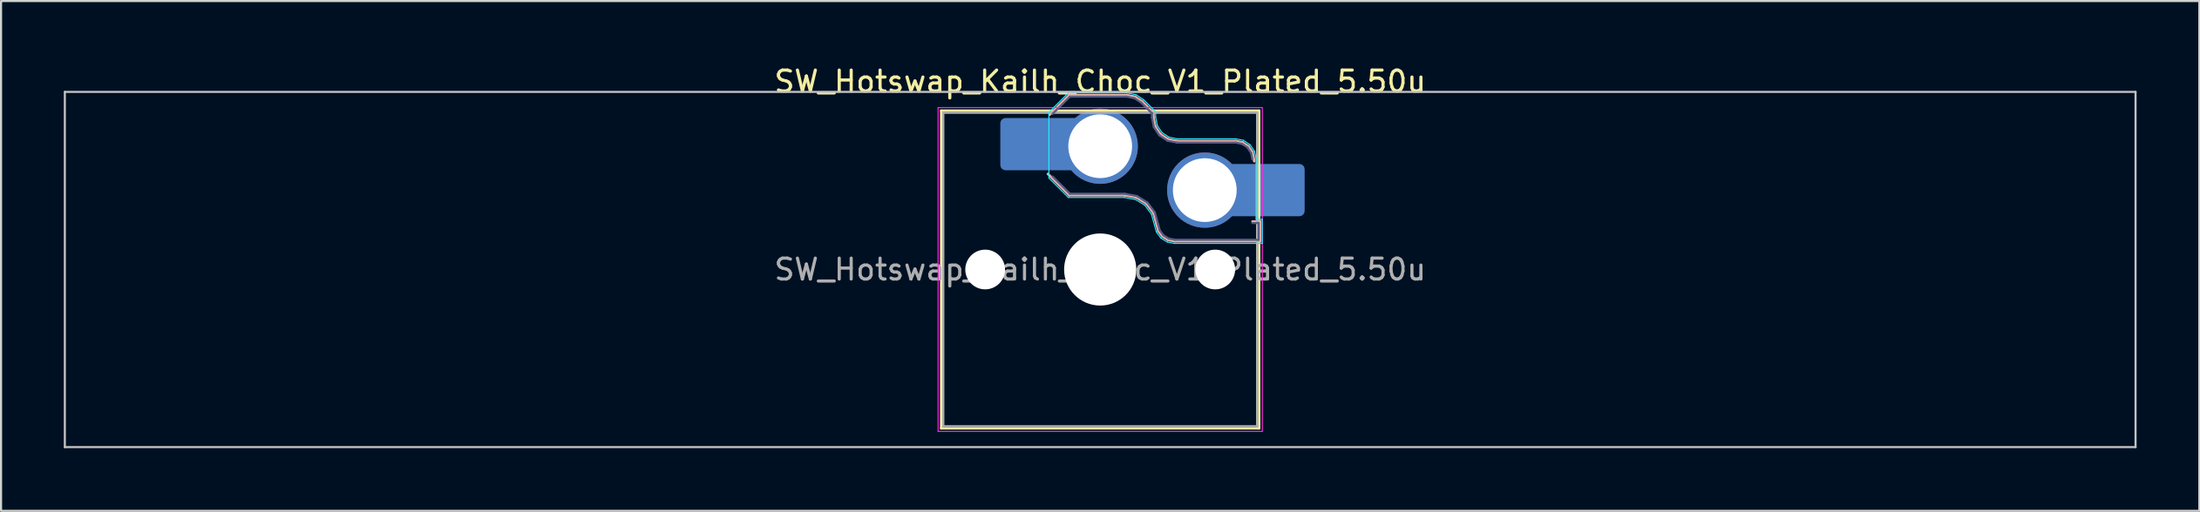
<source format=kicad_pcb>
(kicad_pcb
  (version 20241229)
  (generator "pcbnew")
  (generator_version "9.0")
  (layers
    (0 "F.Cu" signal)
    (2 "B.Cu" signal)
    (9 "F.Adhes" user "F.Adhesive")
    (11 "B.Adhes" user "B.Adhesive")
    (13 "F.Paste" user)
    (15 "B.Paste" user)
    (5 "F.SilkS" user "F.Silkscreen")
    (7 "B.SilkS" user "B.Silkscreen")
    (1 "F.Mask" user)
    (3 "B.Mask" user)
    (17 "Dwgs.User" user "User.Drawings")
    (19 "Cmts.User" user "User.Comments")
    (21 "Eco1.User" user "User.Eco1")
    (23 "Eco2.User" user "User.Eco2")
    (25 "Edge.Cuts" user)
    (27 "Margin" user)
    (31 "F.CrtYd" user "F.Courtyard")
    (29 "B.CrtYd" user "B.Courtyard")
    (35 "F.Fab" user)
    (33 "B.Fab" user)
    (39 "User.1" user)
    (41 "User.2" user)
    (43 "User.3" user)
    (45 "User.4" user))
  (footprint "SW_Hotswap_Kailh_Choc_V1_Plated_5.50u"
    (layer "F.Cu")
    (at 49.55 9.848)
    (property "Reference" "SW_Hotswap_Kailh_Choc_V1_Plated_5.50u" (at 0 -9 0) (layer "F.SilkS") (effects (font (size 1 1) (thickness 0.15))))
    (attr smd)
    (fp_line (start -7.6 -7.6) (end -7.6 7.6) (stroke (width 0.12) (type solid)) (layer "F.SilkS"))
    (fp_line (start -7.6 7.6) (end 7.6 7.6) (stroke (width 0.12) (type solid)) (layer "F.SilkS"))
    (fp_line (start 7.6 -7.6) (end -7.6 -7.6) (stroke (width 0.12) (type solid)) (layer "F.SilkS"))
    (fp_line (start 7.6 7.6) (end 7.6 -7.6) (stroke (width 0.12) (type solid)) (layer "F.SilkS"))
    (fp_line (start -2.416 -7.409) (end -1.479 -8.346) (stroke (width 0.12) (type solid)) (layer "B.SilkS"))
    (fp_line (start -1.479 -8.346) (end 1.268 -8.346) (stroke (width 0.12) (type solid)) (layer "B.SilkS"))
    (fp_line (start -1.479 -3.554) (end -2.5 -4.575) (stroke (width 0.12) (type solid)) (layer "B.SilkS"))
    (fp_line (start 1.168 -3.554) (end -1.479 -3.554) (stroke (width 0.12) (type solid)) (layer "B.SilkS"))
    (fp_line (start 1.268 -8.346) (end 1.671 -8.266) (stroke (width 0.12) (type solid)) (layer "B.SilkS"))
    (fp_line (start 1.671 -8.266) (end 2.013 -8.037) (stroke (width 0.12) (type solid)) (layer "B.SilkS"))
    (fp_line (start 1.73 -3.449) (end 1.168 -3.554) (stroke (width 0.12) (type solid)) (layer "B.SilkS"))
    (fp_line (start 2.013 -8.037) (end 2.546 -7.504) (stroke (width 0.12) (type solid)) (layer "B.SilkS"))
    (fp_line (start 2.209 -3.15) (end 1.73 -3.449) (stroke (width 0.12) (type solid)) (layer "B.SilkS"))
    (fp_line (start 2.546 -7.504) (end 2.546 -7.282) (stroke (width 0.12) (type solid)) (layer "B.SilkS"))
    (fp_line (start 2.546 -7.282) (end 2.633 -6.844) (stroke (width 0.12) (type solid)) (layer "B.SilkS"))
    (fp_line (start 2.547 -2.697) (end 2.209 -3.15) (stroke (width 0.12) (type solid)) (layer "B.SilkS"))
    (fp_line (start 2.633 -6.844) (end 2.877 -6.477) (stroke (width 0.12) (type solid)) (layer "B.SilkS"))
    (fp_line (start 2.701 -2.139) (end 2.547 -2.697) (stroke (width 0.12) (type solid)) (layer "B.SilkS"))
    (fp_line (start 2.783 -1.841) (end 2.701 -2.139) (stroke (width 0.12) (type solid)) (layer "B.SilkS"))
    (fp_line (start 2.877 -6.477) (end 3.244 -6.233) (stroke (width 0.12) (type solid)) (layer "B.SilkS"))
    (fp_line (start 2.976 -1.583) (end 2.783 -1.841) (stroke (width 0.12) (type solid)) (layer "B.SilkS"))
    (fp_line (start 3.244 -6.233) (end 3.682 -6.146) (stroke (width 0.12) (type solid)) (layer "B.SilkS"))
    (fp_line (start 3.25 -1.413) (end 2.976 -1.583) (stroke (width 0.12) (type solid)) (layer "B.SilkS"))
    (fp_line (start 3.56 -1.354) (end 3.25 -1.413) (stroke (width 0.12) (type solid)) (layer "B.SilkS"))
    (fp_line (start 3.682 -6.146) (end 6.482 -6.146) (stroke (width 0.12) (type solid)) (layer "B.SilkS"))
    (fp_line (start 6.482 -6.146) (end 6.809 -6.081) (stroke (width 0.12) (type solid)) (layer "B.SilkS"))
    (fp_line (start 6.809 -6.081) (end 7.092 -5.892) (stroke (width 0.12) (type solid)) (layer "B.SilkS"))
    (fp_line (start 7.092 -5.892) (end 7.281 -5.609) (stroke (width 0.12) (type solid)) (layer "B.SilkS"))
    (fp_line (start 7.281 -5.609) (end 7.366 -5.182) (stroke (width 0.12) (type solid)) (layer "B.SilkS"))
    (fp_line (start 7.283 -2.296) (end 7.646 -2.296) (stroke (width 0.12) (type solid)) (layer "B.SilkS"))
    (fp_line (start 7.646 -2.296) (end 7.646 -1.354) (stroke (width 0.12) (type solid)) (layer "B.SilkS"))
    (fp_line (start 7.646 -1.354) (end 3.56 -1.354) (stroke (width 0.12) (type solid)) (layer "B.SilkS"))
    (fp_line (start -49.5 -8.5) (end -49.5 8.5) (stroke (width 0.1) (type solid)) (layer "Dwgs.User"))
    (fp_line (start -49.5 8.5) (end 49.5 8.5) (stroke (width 0.1) (type solid)) (layer "Dwgs.User"))
    (fp_line (start 49.5 -8.5) (end -49.5 -8.5) (stroke (width 0.1) (type solid)) (layer "Dwgs.User"))
    (fp_line (start 49.5 8.5) (end 49.5 -8.5) (stroke (width 0.1) (type solid)) (layer "Dwgs.User"))
    (fp_line (start -7.25 -7.25) (end -7.25 7.25) (stroke (width 0.1) (type solid)) (layer "Eco1.User"))
    (fp_line (start -7.25 7.25) (end 7.25 7.25) (stroke (width 0.1) (type solid)) (layer "Eco1.User"))
    (fp_line (start 7.25 -7.25) (end -7.25 -7.25) (stroke (width 0.1) (type solid)) (layer "Eco1.User"))
    (fp_line (start 7.25 7.25) (end 7.25 -7.25) (stroke (width 0.1) (type solid)) (layer "Eco1.User"))
    (fp_line (start -2.452 -7.523) (end -1.523 -8.452) (stroke (width 0.05) (type solid)) (layer "B.CrtYd"))
    (fp_line (start -2.452 -4.377) (end -2.452 -7.523) (stroke (width 0.05) (type solid)) (layer "B.CrtYd"))
    (fp_line (start -1.523 -8.452) (end 1.278 -8.452) (stroke (width 0.05) (type solid)) (layer "B.CrtYd"))
    (fp_line (start -1.523 -3.448) (end -2.452 -4.377) (stroke (width 0.05) (type solid)) (layer "B.CrtYd"))
    (fp_line (start 1.159 -3.448) (end -1.523 -3.448) (stroke (width 0.05) (type solid)) (layer "B.CrtYd"))
    (fp_line (start 1.278 -8.452) (end 1.712 -8.366) (stroke (width 0.05) (type solid)) (layer "B.CrtYd"))
    (fp_line (start 1.691 -3.348) (end 1.159 -3.448) (stroke (width 0.05) (type solid)) (layer "B.CrtYd"))
    (fp_line (start 1.712 -8.366) (end 2.081 -8.119) (stroke (width 0.05) (type solid)) (layer "B.CrtYd"))
    (fp_line (start 2.081 -8.119) (end 2.652 -7.548) (stroke (width 0.05) (type solid)) (layer "B.CrtYd"))
    (fp_line (start 2.136 -3.071) (end 1.691 -3.348) (stroke (width 0.05) (type solid)) (layer "B.CrtYd"))
    (fp_line (start 2.45 -2.65) (end 2.136 -3.071) (stroke (width 0.05) (type solid)) (layer "B.CrtYd"))
    (fp_line (start 2.599 -2.111) (end 2.45 -2.65) (stroke (width 0.05) (type solid)) (layer "B.CrtYd"))
    (fp_line (start 2.652 -7.548) (end 2.652 -7.292) (stroke (width 0.05) (type solid)) (layer "B.CrtYd"))
    (fp_line (start 2.652 -7.292) (end 2.733 -6.885) (stroke (width 0.05) (type solid)) (layer "B.CrtYd"))
    (fp_line (start 2.687 -1.794) (end 2.599 -2.111) (stroke (width 0.05) (type solid)) (layer "B.CrtYd"))
    (fp_line (start 2.733 -6.885) (end 2.953 -6.553) (stroke (width 0.05) (type solid)) (layer "B.CrtYd"))
    (fp_line (start 2.903 -1.503) (end 2.687 -1.794) (stroke (width 0.05) (type solid)) (layer "B.CrtYd"))
    (fp_line (start 2.953 -6.553) (end 3.285 -6.333) (stroke (width 0.05) (type solid)) (layer "B.CrtYd"))
    (fp_line (start 3.211 -1.312) (end 2.903 -1.503) (stroke (width 0.05) (type solid)) (layer "B.CrtYd"))
    (fp_line (start 3.285 -6.333) (end 3.692 -6.252) (stroke (width 0.05) (type solid)) (layer "B.CrtYd"))
    (fp_line (start 3.55 -1.248) (end 3.211 -1.312) (stroke (width 0.05) (type solid)) (layer "B.CrtYd"))
    (fp_line (start 3.692 -6.252) (end 6.492 -6.252) (stroke (width 0.05) (type solid)) (layer "B.CrtYd"))
    (fp_line (start 6.492 -6.252) (end 6.85 -6.181) (stroke (width 0.05) (type solid)) (layer "B.CrtYd"))
    (fp_line (start 6.85 -6.181) (end 7.168 -5.968) (stroke (width 0.05) (type solid)) (layer "B.CrtYd"))
    (fp_line (start 7.168 -5.968) (end 7.381 -5.65) (stroke (width 0.05) (type solid)) (layer "B.CrtYd"))
    (fp_line (start 7.381 -5.65) (end 7.452 -5.292) (stroke (width 0.05) (type solid)) (layer "B.CrtYd"))
    (fp_line (start 7.452 -5.292) (end 7.452 -2.402) (stroke (width 0.05) (type solid)) (layer "B.CrtYd"))
    (fp_line (start 7.452 -2.402) (end 7.752 -2.402) (stroke (width 0.05) (type solid)) (layer "B.CrtYd"))
    (fp_line (start 7.752 -2.402) (end 7.752 -1.248) (stroke (width 0.05) (type solid)) (layer "B.CrtYd"))
    (fp_line (start 7.752 -1.248) (end 3.55 -1.248) (stroke (width 0.05) (type solid)) (layer "B.CrtYd"))
    (fp_line (start -7.75 -7.75) (end -7.75 7.75) (stroke (width 0.05) (type solid)) (layer "F.CrtYd"))
    (fp_line (start -7.75 7.75) (end 7.75 7.75) (stroke (width 0.05) (type solid)) (layer "F.CrtYd"))
    (fp_line (start 7.75 -7.75) (end -7.75 -7.75) (stroke (width 0.05) (type solid)) (layer "F.CrtYd"))
    (fp_line (start 7.75 7.75) (end 7.75 -7.75) (stroke (width 0.05) (type solid)) (layer "F.CrtYd"))
    (fp_line (start -2.275 -7.45) (end -1.45 -8.275) (stroke (width 0.1) (type solid)) (layer "B.Fab"))
    (fp_line (start -1.45 -8.275) (end 1.261 -8.275) (stroke (width 0.1) (type solid)) (layer "B.Fab"))
    (fp_line (start -1.45 -3.625) (end -2.275 -4.45) (stroke (width 0.1) (type solid)) (layer "B.Fab"))
    (fp_line (start 1.175 -3.625) (end -1.45 -3.625) (stroke (width 0.1) (type solid)) (layer "B.Fab"))
    (fp_line (start 1.261 -8.275) (end 1.643 -8.199) (stroke (width 0.1) (type solid)) (layer "B.Fab"))
    (fp_line (start 1.643 -8.199) (end 1.968 -7.982) (stroke (width 0.1) (type solid)) (layer "B.Fab"))
    (fp_line (start 1.756 -3.516) (end 1.175 -3.625) (stroke (width 0.1) (type solid)) (layer "B.Fab"))
    (fp_line (start 1.968 -7.982) (end 2.475 -7.475) (stroke (width 0.1) (type solid)) (layer "B.Fab"))
    (fp_line (start 2.258 -3.203) (end 1.756 -3.516) (stroke (width 0.1) (type solid)) (layer "B.Fab"))
    (fp_line (start 2.475 -7.475) (end 2.475 -7.275) (stroke (width 0.1) (type solid)) (layer "B.Fab"))
    (fp_line (start 2.475 -7.275) (end 2.566 -6.816) (stroke (width 0.1) (type solid)) (layer "B.Fab"))
    (fp_line (start 2.566 -6.816) (end 2.826 -6.426) (stroke (width 0.1) (type solid)) (layer "B.Fab"))
    (fp_line (start 2.612 -2.729) (end 2.258 -3.203) (stroke (width 0.1) (type solid)) (layer "B.Fab"))
    (fp_line (start 2.769 -2.158) (end 2.612 -2.729) (stroke (width 0.1) (type solid)) (layer "B.Fab"))
    (fp_line (start 2.826 -6.426) (end 3.216 -6.166) (stroke (width 0.1) (type solid)) (layer "B.Fab"))
    (fp_line (start 2.848 -1.873) (end 2.769 -2.158) (stroke (width 0.1) (type solid)) (layer "B.Fab"))
    (fp_line (start 3.025 -1.636) (end 2.848 -1.873) (stroke (width 0.1) (type solid)) (layer "B.Fab"))
    (fp_line (start 3.216 -6.166) (end 3.675 -6.075) (stroke (width 0.1) (type solid)) (layer "B.Fab"))
    (fp_line (start 3.276 -1.48) (end 3.025 -1.636) (stroke (width 0.1) (type solid)) (layer "B.Fab"))
    (fp_line (start 3.567 -1.425) (end 3.276 -1.48) (stroke (width 0.1) (type solid)) (layer "B.Fab"))
    (fp_line (start 3.675 -6.075) (end 6.475 -6.075) (stroke (width 0.1) (type solid)) (layer "B.Fab"))
    (fp_line (start 6.475 -6.075) (end 6.781 -6.014) (stroke (width 0.1) (type solid)) (layer "B.Fab"))
    (fp_line (start 6.781 -6.014) (end 7.041 -5.841) (stroke (width 0.1) (type solid)) (layer "B.Fab"))
    (fp_line (start 7.041 -5.841) (end 7.214 -5.581) (stroke (width 0.1) (type solid)) (layer "B.Fab"))
    (fp_line (start 7.214 -5.581) (end 7.275 -5.275) (stroke (width 0.1) (type solid)) (layer "B.Fab"))
    (fp_line (start 7.275 -2.225) (end 7.575 -2.225) (stroke (width 0.1) (type solid)) (layer "B.Fab"))
    (fp_line (start 7.575 -2.225) (end 7.575 -1.425) (stroke (width 0.1) (type solid)) (layer "B.Fab"))
    (fp_line (start 7.575 -1.425) (end 3.567 -1.425) (stroke (width 0.1) (type solid)) (layer "B.Fab"))
    (fp_line (start -7.5 -7.5) (end -7.5 7.5) (stroke (width 0.1) (type solid)) (layer "F.Fab"))
    (fp_line (start -7.5 7.5) (end 7.5 7.5) (stroke (width 0.1) (type solid)) (layer "F.Fab"))
    (fp_line (start 7.5 -7.5) (end -7.5 -7.5) (stroke (width 0.1) (type solid)) (layer "F.Fab"))
    (fp_line (start 7.5 7.5) (end 7.5 -7.5) (stroke (width 0.1) (type solid)) (layer "F.Fab"))
    (fp_text user "${REFERENCE}" (at 0 0 0) (layer "F.Fab") (effects (font (size 1 1) (thickness 0.15))))
    (pad "" np_thru_hole circle (at -5.5 0) (size 1.9 1.9) (drill 1.9) (layers "*.Cu" "*.Mask"))
    (pad "" smd roundrect (at -3.5 -6) (size 2.55 2.5) (layers "B.Mask" "B.Paste") (roundrect_rratio 0.1))
    (pad "" np_thru_hole circle (at 0 0) (size 3.45 3.45) (drill 3.45) (layers "*.Cu" "*.Mask"))
    (pad "" np_thru_hole circle (at 5.5 0) (size 1.9 1.9) (drill 1.9) (layers "*.Cu" "*.Mask"))
    (pad "" smd roundrect (at 8.5 -3.8) (size 2.55 2.5) (layers "B.Mask" "B.Paste") (roundrect_rratio 0.1))
    (pad "1" smd roundrect (at -2.85 -6) (size 3.85 2.5) (layers "B.Cu") (roundrect_rratio 0.1))
    (pad "1" thru_hole circle (at 0 -5.9) (size 3.6 3.6) (drill 3.05) (layers "*.Cu" "*.Mask"))
    (pad "2" thru_hole circle (at 5 -3.8) (size 3.6 3.6) (drill 3.05) (layers "*.Cu" "*.Mask"))
    (pad "2" smd roundrect (at 7.85 -3.8) (size 3.85 2.5) (layers "B.Cu") (roundrect_rratio 0.1)))
  (gr_rect
    (start -3 -3)
    (end 102.1 21.398)
    (stroke (width 0.1) (type default))
    (fill no)
    (layer "Edge.Cuts")))
</source>
